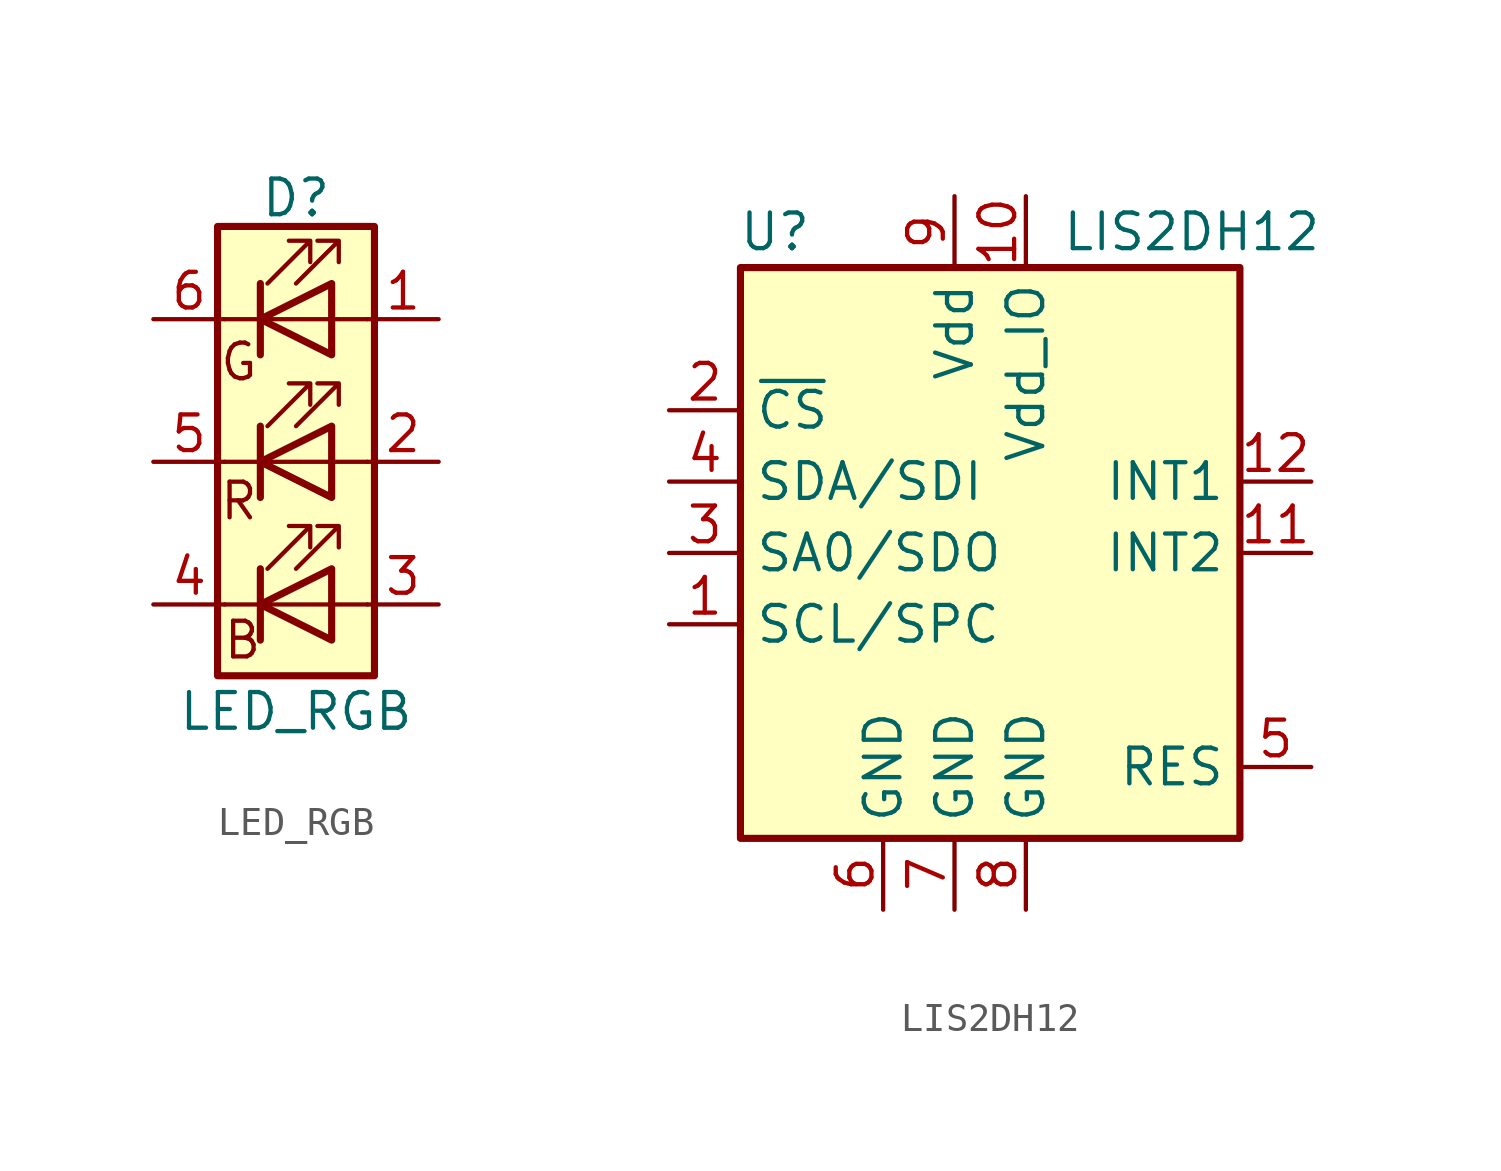
<source format=kicad_sym>
(kicad_symbol_lib
  (version 20211014)
  (generator kicad_symbol_editor)
  (symbol "LED_RGB"
    (pin_names
      (offset 0) hide)
    (property "Reference" "D"
      (at 0 9.398 0)
      (effects (font (size 1.27 1.27))))
    (property "Value" "LED_RGB"
      (at 0 -8.89 0)
      (effects (font (size 1.27 1.27))))
    (symbol "LED_RGB_0_0"
      (text "B" (at -1.905 -6.35 0) (effects (font (size 1.27 1.27))))
      (text "G" (at -2.032 3.556 0) (effects (font (size 1.27 1.27))))
      (text "R" (at -2.032 -1.397 0) (effects (font (size 1.27 1.27)))))
    (symbol "LED_RGB_0_1"
      (polyline (pts (xy -1.27 -5.08) (xy -2.54 -5.08)) (stroke (width 0) (type default) (color 0 0 0 0)) (fill (type none)))
      (polyline (pts (xy -1.27 -5.08) (xy 1.27 -5.08)) (stroke (width 0) (type default) (color 0 0 0 0)) (fill (type none)))
      (polyline (pts (xy -1.27 -3.81) (xy -1.27 -6.35)) (stroke (width 0.254) (type default) (color 0 0 0 0)) (fill (type none)))
      (polyline (pts (xy -1.27 0) (xy -2.54 0)) (stroke (width 0) (type default) (color 0 0 0 0)) (fill (type none)))
      (polyline (pts (xy -1.27 1.27) (xy -1.27 -1.27)) (stroke (width 0.254) (type default) (color 0 0 0 0)) (fill (type none)))
      (polyline (pts (xy -1.27 5.08) (xy -2.54 5.08)) (stroke (width 0) (type default) (color 0 0 0 0)) (fill (type none)))
      (polyline (pts (xy -1.27 5.08) (xy 1.27 5.08)) (stroke (width 0) (type default) (color 0 0 0 0)) (fill (type none)))
      (polyline (pts (xy -1.27 6.35) (xy -1.27 3.81)) (stroke (width 0.254) (type default) (color 0 0 0 0)) (fill (type none)))
      (polyline (pts (xy 1.27 -5.08) (xy 2.54 -5.08)) (stroke (width 0) (type default) (color 0 0 0 0)) (fill (type none)))
      (polyline (pts (xy 1.27 0) (xy -1.27 0)) (stroke (width 0) (type default) (color 0 0 0 0)) (fill (type none)))
      (polyline (pts (xy 1.27 0) (xy 2.54 0)) (stroke (width 0) (type default) (color 0 0 0 0)) (fill (type none)))
      (polyline (pts (xy 1.27 5.08) (xy 2.54 5.08)) (stroke (width 0) (type default) (color 0 0 0 0)) (fill (type none)))
      (polyline (pts (xy -1.27 1.27) (xy -1.27 -1.27) (xy -1.27 -1.27)) (stroke (width 0) (type default) (color 0 0 0 0)) (fill (type none)))
      (polyline (pts (xy -1.27 6.35) (xy -1.27 3.81) (xy -1.27 3.81)) (stroke (width 0) (type default) (color 0 0 0 0)) (fill (type none)))
      (polyline (pts (xy 1.27 -3.81) (xy 1.27 -6.35) (xy -1.27 -5.08) (xy 1.27 -3.81)) (stroke (width 0.254) (type default) (color 0 0 0 0)) (fill (type none)))
      (polyline (pts (xy 1.27 1.27) (xy 1.27 -1.27) (xy -1.27 0) (xy 1.27 1.27)) (stroke (width 0.254) (type default) (color 0 0 0 0)) (fill (type none)))
      (polyline (pts (xy 1.27 6.35) (xy 1.27 3.81) (xy -1.27 5.08) (xy 1.27 6.35)) (stroke (width 0.254) (type default) (color 0 0 0 0)) (fill (type none)))
      (polyline (pts (xy -1.016 -3.81) (xy 0.508 -2.286) (xy -0.254 -2.286) (xy 0.508 -2.286) (xy 0.508 -3.048)) (stroke (width 0) (type default) (color 0 0 0 0)) (fill (type none)))
      (polyline (pts (xy -1.016 1.27) (xy 0.508 2.794) (xy -0.254 2.794) (xy 0.508 2.794) (xy 0.508 2.032)) (stroke (width 0) (type default) (color 0 0 0 0)) (fill (type none)))
      (polyline (pts (xy -1.016 6.35) (xy 0.508 7.874) (xy -0.254 7.874) (xy 0.508 7.874) (xy 0.508 7.112)) (stroke (width 0) (type default) (color 0 0 0 0)) (fill (type none)))
      (polyline (pts (xy 0 -3.81) (xy 1.524 -2.286) (xy 0.762 -2.286) (xy 1.524 -2.286) (xy 1.524 -3.048)) (stroke (width 0) (type default) (color 0 0 0 0)) (fill (type none)))
      (polyline (pts (xy 0 1.27) (xy 1.524 2.794) (xy 0.762 2.794) (xy 1.524 2.794) (xy 1.524 2.032)) (stroke (width 0) (type default) (color 0 0 0 0)) (fill (type none)))
      (polyline (pts (xy 0 6.35) (xy 1.524 7.874) (xy 0.762 7.874) (xy 1.524 7.874) (xy 1.524 7.112)) (stroke (width 0) (type default) (color 0 0 0 0)) (fill (type none)))
      (rectangle (start 1.27 -1.27) (end 1.27 1.27) (stroke (width 0) (type default) (color 0 0 0 0)) (fill (type none)))
      (rectangle (start 1.27 1.27) (end 1.27 1.27) (stroke (width 0) (type default) (color 0 0 0 0)) (fill (type none)))
      (rectangle (start 1.27 3.81) (end 1.27 6.35) (stroke (width 0) (type default) (color 0 0 0 0)) (fill (type none)))
      (rectangle (start 1.27 6.35) (end 1.27 6.35) (stroke (width 0) (type default) (color 0 0 0 0)) (fill (type none)))
      (rectangle (start 2.794 8.382) (end -2.794 -7.62) (stroke (width 0.254) (type default) (color 0 0 0 0)) (fill (type background))))
    (symbol "LED_RGB_1_1"
      (pin passive line (at 5.08 5.08 180) (length 2.54) (name "RK" (effects (font (size 1.27 1.27)))) (number "1" (effects (font (size 1.27 1.27)))))
      (pin passive line (at 5.08 0 180) (length 2.54) (name "GK" (effects (font (size 1.27 1.27)))) (number "2" (effects (font (size 1.27 1.27)))))
      (pin passive line (at 5.08 -5.08 180) (length 2.54) (name "BK" (effects (font (size 1.27 1.27)))) (number "3" (effects (font (size 1.27 1.27)))))
      (pin passive line (at -5.08 -5.08 0) (length 2.54) (name "BA" (effects (font (size 1.27 1.27)))) (number "4" (effects (font (size 1.27 1.27)))))
      (pin passive line (at -5.08 0 0) (length 2.54) (name "GA" (effects (font (size 1.27 1.27)))) (number "5" (effects (font (size 1.27 1.27)))))
      (pin passive line (at -5.08 5.08 0) (length 2.54) (name "RA" (effects (font (size 1.27 1.27)))) (number "6" (effects (font (size 1.27 1.27)))))))
  (symbol "LIS2DH12"
    (property "Reference" "U"
      (at -5.08 11.43 0)
      (effects (font (size 1.27 1.27)) (justify right)))
    (property "Value" "LIS2DH12"
      (at 3.81 11.43 0)
      (effects (font (size 1.27 1.27)) (justify left)))
    (symbol "LIS2DH12_0_1"
      (rectangle (start -7.62 10.16) (end 10.16 -10.16) (stroke (width 0.254) (type default) (color 0 0 0 0)) (fill (type background))))
    (symbol "LIS2DH12_1_1"
      (pin input line (at -10.16 -2.54 0) (length 2.54) (name "SCL/SPC" (effects (font (size 1.27 1.27)))) (number "1" (effects (font (size 1.27 1.27)))))
      (pin power_in line (at 2.54 12.7 270) (length 2.54) (name "Vdd_IO" (effects (font (size 1.27 1.27)))) (number "10" (effects (font (size 1.27 1.27)))))
      (pin output line (at 12.7 0 180) (length 2.54) (name "INT2" (effects (font (size 1.27 1.27)))) (number "11" (effects (font (size 1.27 1.27)))))
      (pin output line (at 12.7 2.54 180) (length 2.54) (name "INT1" (effects (font (size 1.27 1.27)))) (number "12" (effects (font (size 1.27 1.27)))))
      (pin input line (at -10.16 5.08 0) (length 2.54) (name "~{CS}" (effects (font (size 1.27 1.27)))) (number "2" (effects (font (size 1.27 1.27)))))
      (pin input line (at -10.16 0 0) (length 2.54) (name "SA0/SDO" (effects (font (size 1.27 1.27)))) (number "3" (effects (font (size 1.27 1.27)))))
      (pin bidirectional line (at -10.16 2.54 0) (length 2.54) (name "SDA/SDI" (effects (font (size 1.27 1.27)))) (number "4" (effects (font (size 1.27 1.27)))))
      (pin passive line (at 12.7 -7.62 180) (length 2.54) (name "RES" (effects (font (size 1.27 1.27)))) (number "5" (effects (font (size 1.27 1.27)))))
      (pin power_in line (at -2.54 -12.7 90) (length 2.54) (name "GND" (effects (font (size 1.27 1.27)))) (number "6" (effects (font (size 1.27 1.27)))))
      (pin power_in line (at 0 -12.7 90) (length 2.54) (name "GND" (effects (font (size 1.27 1.27)))) (number "7" (effects (font (size 1.27 1.27)))))
      (pin power_in line (at 2.54 -12.7 90) (length 2.54) (name "GND" (effects (font (size 1.27 1.27)))) (number "8" (effects (font (size 1.27 1.27)))))
      (pin power_in line (at 0 12.7 270) (length 2.54) (name "Vdd" (effects (font (size 1.27 1.27)))) (number "9" (effects (font (size 1.27 1.27))))))))
</source>
